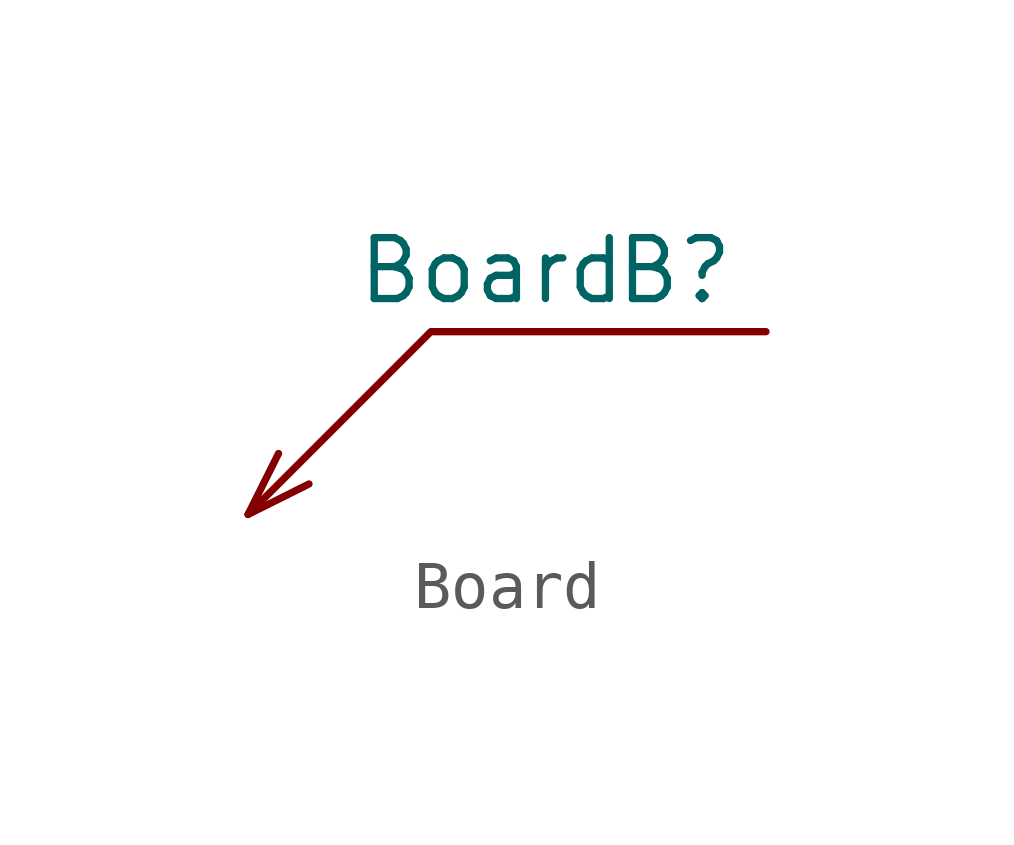
<source format=kicad_sym>
(kicad_symbol_lib
  (version 20211014)
  (generator kicad_symbol_editor)
  (symbol "Board"
    (property "Reference" "B"
      (at 8.89 5.08 0)
      (effects (font (size 1.27 1.27))))
    (property "Value" "Board"
      (at 5.08 5.08 0)
      (effects (font (size 1.27 1.27))))
    (symbol "Board_0_1"
      (polyline (pts (xy 0 0) (xy 3.81 3.81) (xy 10.795 3.81)) (stroke (width 0.152) (type default) (color 0 0 0 0)) (fill (type none)))
      (polyline (pts (xy 0.635 1.27) (xy 0 0) (xy 1.27 0.635)) (stroke (width 0.152) (type default) (color 0 0 0 0)) (fill (type none))))))
</source>
